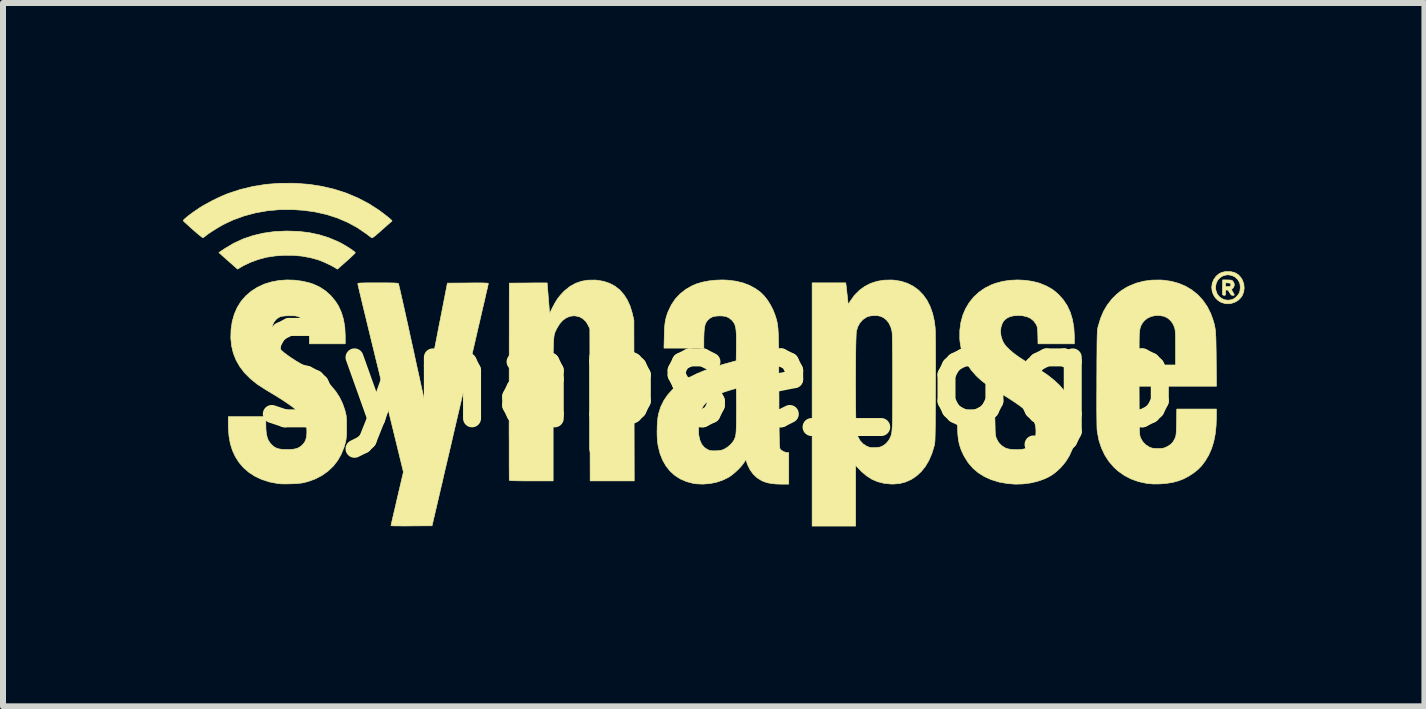
<source format=kicad_pcb>
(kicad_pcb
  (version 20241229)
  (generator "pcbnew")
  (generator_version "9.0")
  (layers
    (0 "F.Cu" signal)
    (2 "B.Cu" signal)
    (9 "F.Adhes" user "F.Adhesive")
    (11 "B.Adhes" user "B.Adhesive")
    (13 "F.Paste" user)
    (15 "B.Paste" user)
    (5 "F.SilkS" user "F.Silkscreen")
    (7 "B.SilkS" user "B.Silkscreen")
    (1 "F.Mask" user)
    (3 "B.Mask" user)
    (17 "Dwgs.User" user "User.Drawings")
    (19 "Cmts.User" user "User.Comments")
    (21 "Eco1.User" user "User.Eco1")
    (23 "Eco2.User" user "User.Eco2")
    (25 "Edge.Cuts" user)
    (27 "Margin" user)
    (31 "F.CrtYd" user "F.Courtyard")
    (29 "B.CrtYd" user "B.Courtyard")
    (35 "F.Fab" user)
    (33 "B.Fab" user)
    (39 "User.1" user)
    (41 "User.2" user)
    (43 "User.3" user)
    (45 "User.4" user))
  (footprint "Synapse_logo"
    (layer "F.Cu")
    (at 8.884 3.235)
    (property "Reference" "Synapse_logo" (at 0 0 0) (layer "F.SilkS") (effects (font (size 1.524 1.524) (thickness 0.3))))
    (attr through_hole)
    (fp_poly (pts (xy 8.527 -1.618) (xy 8.565 -1.617) (xy 8.589 -1.615) (xy 8.605 -1.61) (xy 8.617 -1.601) (xy 8.624 -1.593) (xy 8.642 -1.559) (xy 8.644 -1.524) (xy 8.63 -1.491) (xy 8.621 -1.481) (xy 8.597 -1.457) (xy 8.621 -1.414) (xy 8.634 -1.39) (xy 8.643 -1.372) (xy 8.645 -1.366) (xy 8.637 -1.362) (xy 8.618 -1.361) (xy 8.601 -1.363) (xy 8.588 -1.373) (xy 8.573 -1.395) (xy 8.566 -1.406) (xy 8.548 -1.435) (xy 8.532 -1.449) (xy 8.52 -1.451) (xy 8.508 -1.45) (xy 8.502 -1.441) (xy 8.5 -1.421) (xy 8.5 -1.406) (xy 8.499 -1.379) (xy 8.495 -1.366) (xy 8.486 -1.361) (xy 8.477 -1.361) (xy 8.458 -1.365) (xy 8.449 -1.373) (xy 8.448 -1.386) (xy 8.447 -1.413) (xy 8.447 -1.451) (xy 8.447 -1.496) (xy 8.447 -1.502) (xy 8.448 -1.505) (xy 8.5 -1.505) (xy 8.543 -1.508) (xy 8.569 -1.51) (xy 8.582 -1.515) (xy 8.586 -1.526) (xy 8.586 -1.538) (xy 8.585 -1.554) (xy 8.578 -1.563) (xy 8.561 -1.566) (xy 8.543 -1.568) (xy 8.5 -1.57) (xy 8.5 -1.505) (xy 8.448 -1.505) (xy 8.45 -1.619) (xy 8.527 -1.618)) (stroke (width 0.01) (type solid)) (fill yes) (layer "F.SilkS"))
    (fp_poly (pts (xy -6.953 -2.427) (xy -6.778 -2.406) (xy -6.613 -2.371) (xy -6.455 -2.322) (xy -6.303 -2.258) (xy -6.28 -2.247) (xy -6.239 -2.226) (xy -6.194 -2.2) (xy -6.149 -2.173) (xy -6.106 -2.146) (xy -6.067 -2.12) (xy -6.037 -2.098) (xy -6.017 -2.081) (xy -6.01 -2.071) (xy -6.016 -2.063) (xy -6.035 -2.044) (xy -6.063 -2.017) (xy -6.098 -1.984) (xy -6.14 -1.946) (xy -6.159 -1.929) (xy -6.309 -1.797) (xy -6.336 -1.815) (xy -6.377 -1.839) (xy -6.429 -1.867) (xy -6.489 -1.895) (xy -6.549 -1.922) (xy -6.606 -1.945) (xy -6.635 -1.955) (xy -6.763 -1.99) (xy -6.901 -2.015) (xy -7.046 -2.028) (xy -7.193 -2.029) (xy -7.339 -2.019) (xy -7.48 -1.998) (xy -7.491 -1.996) (xy -7.626 -1.96) (xy -7.757 -1.912) (xy -7.879 -1.854) (xy -7.921 -1.829) (xy -7.973 -1.798) (xy -8.107 -1.916) (xy -8.15 -1.954) (xy -8.19 -1.989) (xy -8.223 -2.019) (xy -8.248 -2.041) (xy -8.262 -2.054) (xy -8.263 -2.055) (xy -8.284 -2.075) (xy -8.187 -2.14) (xy -8.039 -2.228) (xy -7.882 -2.301) (xy -7.717 -2.357) (xy -7.542 -2.398) (xy -7.359 -2.424) (xy -7.166 -2.433) (xy -7.139 -2.433) (xy -6.953 -2.427)) (stroke (width 0.01) (type solid)) (fill yes) (layer "F.SilkS"))
    (fp_poly (pts (xy 8.593 -1.755) (xy 8.656 -1.738) (xy 8.71 -1.706) (xy 8.754 -1.658) (xy 8.781 -1.613) (xy 8.803 -1.55) (xy 8.809 -1.484) (xy 8.801 -1.419) (xy 8.778 -1.359) (xy 8.757 -1.327) (xy 8.711 -1.28) (xy 8.654 -1.246) (xy 8.59 -1.225) (xy 8.524 -1.22) (xy 8.485 -1.225) (xy 8.421 -1.246) (xy 8.368 -1.28) (xy 8.325 -1.325) (xy 8.293 -1.378) (xy 8.274 -1.437) (xy 8.268 -1.498) (xy 8.27 -1.509) (xy 8.332 -1.509) (xy 8.336 -1.448) (xy 8.337 -1.446) (xy 8.357 -1.389) (xy 8.391 -1.342) (xy 8.435 -1.308) (xy 8.488 -1.286) (xy 8.546 -1.28) (xy 8.603 -1.289) (xy 8.64 -1.306) (xy 8.677 -1.335) (xy 8.709 -1.371) (xy 8.728 -1.402) (xy 8.74 -1.444) (xy 8.744 -1.494) (xy 8.74 -1.543) (xy 8.731 -1.576) (xy 8.701 -1.626) (xy 8.659 -1.665) (xy 8.607 -1.691) (xy 8.551 -1.703) (xy 8.516 -1.702) (xy 8.458 -1.687) (xy 8.409 -1.658) (xy 8.37 -1.617) (xy 8.344 -1.566) (xy 8.332 -1.509) (xy 8.27 -1.509) (xy 8.276 -1.56) (xy 8.299 -1.619) (xy 8.337 -1.674) (xy 8.344 -1.681) (xy 8.386 -1.718) (xy 8.431 -1.742) (xy 8.484 -1.755) (xy 8.519 -1.758) (xy 8.593 -1.755)) (stroke (width 0.01) (type solid)) (fill yes) (layer "F.SilkS"))
    (fp_poly (pts (xy -6.994 -3.228) (xy -6.774 -3.211) (xy -6.561 -3.177) (xy -6.354 -3.128) (xy -6.156 -3.064) (xy -5.967 -2.984) (xy -5.787 -2.89) (xy -5.617 -2.781) (xy -5.55 -2.731) (xy -5.493 -2.687) (xy -5.449 -2.652) (xy -5.418 -2.625) (xy -5.401 -2.608) (xy -5.398 -2.601) (xy -5.405 -2.594) (xy -5.425 -2.577) (xy -5.454 -2.552) (xy -5.491 -2.519) (xy -5.534 -2.481) (xy -5.564 -2.455) (xy -5.615 -2.409) (xy -5.655 -2.375) (xy -5.684 -2.35) (xy -5.706 -2.334) (xy -5.721 -2.324) (xy -5.731 -2.321) (xy -5.738 -2.322) (xy -5.741 -2.324) (xy -5.756 -2.334) (xy -5.78 -2.353) (xy -5.811 -2.376) (xy -5.827 -2.388) (xy -5.976 -2.49) (xy -6.136 -2.577) (xy -6.306 -2.65) (xy -6.486 -2.708) (xy -6.675 -2.751) (xy -6.873 -2.779) (xy -7.058 -2.791) (xy -7.268 -2.79) (xy -7.473 -2.772) (xy -7.671 -2.737) (xy -7.862 -2.686) (xy -8.046 -2.619) (xy -8.186 -2.554) (xy -8.24 -2.525) (xy -8.3 -2.49) (xy -8.362 -2.452) (xy -8.421 -2.414) (xy -8.472 -2.379) (xy -8.504 -2.354) (xy -8.527 -2.337) (xy -8.544 -2.324) (xy -8.55 -2.32) (xy -8.559 -2.325) (xy -8.579 -2.34) (xy -8.609 -2.364) (xy -8.647 -2.395) (xy -8.69 -2.432) (xy -8.718 -2.457) (xy -8.763 -2.497) (xy -8.803 -2.533) (xy -8.837 -2.564) (xy -8.862 -2.587) (xy -8.876 -2.601) (xy -8.879 -2.605) (xy -8.874 -2.616) (xy -8.856 -2.635) (xy -8.826 -2.661) (xy -8.786 -2.693) (xy -8.738 -2.729) (xy -8.683 -2.768) (xy -8.623 -2.808) (xy -8.602 -2.823) (xy -8.543 -2.859) (xy -8.472 -2.898) (xy -8.394 -2.94) (xy -8.313 -2.98) (xy -8.234 -3.016) (xy -8.161 -3.047) (xy -8.125 -3.061) (xy -7.92 -3.128) (xy -7.71 -3.178) (xy -7.495 -3.212) (xy -7.274 -3.229) (xy -7.045 -3.23) (xy -6.994 -3.228)) (stroke (width 0.01) (type solid)) (fill yes) (layer "F.SilkS"))
    (fp_poly (pts (xy -1.984 -1.614) (xy -1.872 -1.595) (xy -1.772 -1.562) (xy -1.681 -1.514) (xy -1.602 -1.452) (xy -1.533 -1.374) (xy -1.475 -1.283) (xy -1.427 -1.177) (xy -1.391 -1.056) (xy -1.387 -1.038) (xy -1.366 -0.948) (xy -1.363 0.392) (xy -1.36 1.733) (xy -2.095 1.733) (xy -2.1 -0.803) (xy -2.126 -0.858) (xy -2.163 -0.921) (xy -2.211 -0.968) (xy -2.268 -1.001) (xy -2.333 -1.017) (xy -2.368 -1.02) (xy -2.433 -1.011) (xy -2.495 -0.985) (xy -2.552 -0.944) (xy -2.603 -0.887) (xy -2.646 -0.817) (xy -2.653 -0.804) (xy -2.661 -0.787) (xy -2.669 -0.772) (xy -2.676 -0.757) (xy -2.682 -0.742) (xy -2.687 -0.726) (xy -2.692 -0.709) (xy -2.696 -0.688) (xy -2.699 -0.663) (xy -2.702 -0.633) (xy -2.705 -0.597) (xy -2.707 -0.554) (xy -2.708 -0.503) (xy -2.71 -0.443) (xy -2.711 -0.373) (xy -2.711 -0.293) (xy -2.712 -0.2) (xy -2.712 -0.095) (xy -2.712 0.024) (xy -2.712 0.158) (xy -2.712 0.308) (xy -2.712 0.474) (xy -2.712 0.552) (xy -2.712 1.733) (xy -3.075 1.733) (xy -3.171 1.733) (xy -3.249 1.732) (xy -3.312 1.731) (xy -3.361 1.73) (xy -3.397 1.729) (xy -3.422 1.727) (xy -3.437 1.725) (xy -3.443 1.722) (xy -3.443 1.721) (xy -3.443 1.711) (xy -3.444 1.684) (xy -3.444 1.64) (xy -3.444 1.581) (xy -3.445 1.508) (xy -3.445 1.42) (xy -3.445 1.321) (xy -3.445 1.209) (xy -3.445 1.087) (xy -3.446 0.954) (xy -3.446 0.813) (xy -3.445 0.663) (xy -3.445 0.507) (xy -3.445 0.344) (xy -3.445 0.175) (xy -3.445 0.073) (xy -3.443 -1.565) (xy -3.127 -1.567) (xy -3.054 -1.568) (xy -2.986 -1.568) (xy -2.927 -1.568) (xy -2.878 -1.568) (xy -2.841 -1.568) (xy -2.818 -1.568) (xy -2.812 -1.567) (xy -2.811 -1.558) (xy -2.809 -1.533) (xy -2.806 -1.494) (xy -2.802 -1.445) (xy -2.797 -1.386) (xy -2.792 -1.321) (xy -2.791 -1.312) (xy -2.771 -1.059) (xy -2.72 -1.163) (xy -2.678 -1.241) (xy -2.637 -1.306) (xy -2.591 -1.364) (xy -2.539 -1.42) (xy -2.517 -1.441) (xy -2.432 -1.509) (xy -2.339 -1.561) (xy -2.239 -1.596) (xy -2.133 -1.614) (xy -2.019 -1.616) (xy -1.984 -1.614)) (stroke (width 0.01) (type solid)) (fill yes) (layer "F.SilkS"))
    (fp_poly (pts (xy -5.543 -1.569) (xy -5.468 -1.569) (xy -5.408 -1.568) (xy -5.362 -1.567) (xy -5.329 -1.565) (xy -5.307 -1.563) (xy -5.295 -1.56) (xy -5.291 -1.558) (xy -5.288 -1.548) (xy -5.282 -1.521) (xy -5.272 -1.479) (xy -5.259 -1.423) (xy -5.243 -1.353) (xy -5.225 -1.273) (xy -5.204 -1.181) (xy -5.182 -1.081) (xy -5.158 -0.972) (xy -5.132 -0.857) (xy -5.106 -0.736) (xy -5.09 -0.662) (xy -5.062 -0.536) (xy -5.035 -0.414) (xy -5.01 -0.297) (xy -4.986 -0.186) (xy -4.963 -0.083) (xy -4.942 0.011) (xy -4.924 0.095) (xy -4.908 0.167) (xy -4.895 0.226) (xy -4.885 0.271) (xy -4.879 0.3) (xy -4.877 0.308) (xy -4.858 0.393) (xy -4.791 0.049) (xy -4.777 -0.021) (xy -4.76 -0.106) (xy -4.741 -0.204) (xy -4.72 -0.312) (xy -4.698 -0.427) (xy -4.674 -0.546) (xy -4.65 -0.668) (xy -4.627 -0.789) (xy -4.604 -0.907) (xy -4.599 -0.93) (xy -4.475 -1.565) (xy -4.133 -1.567) (xy -4.042 -1.568) (xy -3.967 -1.568) (xy -3.908 -1.568) (xy -3.862 -1.567) (xy -3.829 -1.565) (xy -3.807 -1.564) (xy -3.795 -1.561) (xy -3.792 -1.558) (xy -3.794 -1.548) (xy -3.8 -1.522) (xy -3.809 -1.479) (xy -3.823 -1.422) (xy -3.839 -1.351) (xy -3.858 -1.266) (xy -3.881 -1.17) (xy -3.906 -1.062) (xy -3.933 -0.944) (xy -3.963 -0.816) (xy -3.994 -0.681) (xy -4.027 -0.537) (xy -4.062 -0.387) (xy -4.099 -0.232) (xy -4.136 -0.072) (xy -4.137 -0.068) (xy -4.176 0.102) (xy -4.216 0.274) (xy -4.256 0.445) (xy -4.296 0.615) (xy -4.335 0.782) (xy -4.373 0.945) (xy -4.409 1.102) (xy -4.444 1.251) (xy -4.477 1.392) (xy -4.508 1.523) (xy -4.536 1.643) (xy -4.56 1.75) (xy -4.582 1.842) (xy -4.6 1.919) (xy -4.606 1.946) (xy -4.731 2.481) (xy -5.073 2.483) (xy -5.15 2.484) (xy -5.221 2.484) (xy -5.284 2.483) (xy -5.336 2.483) (xy -5.377 2.482) (xy -5.404 2.481) (xy -5.415 2.479) (xy -5.416 2.479) (xy -5.413 2.469) (xy -5.408 2.443) (xy -5.399 2.403) (xy -5.387 2.35) (xy -5.372 2.287) (xy -5.355 2.214) (xy -5.336 2.134) (xy -5.317 2.048) (xy -5.312 2.028) (xy -5.208 1.584) (xy -5.393 0.826) (xy -5.426 0.691) (xy -5.462 0.542) (xy -5.501 0.382) (xy -5.542 0.214) (xy -5.584 0.043) (xy -5.625 -0.129) (xy -5.667 -0.298) (xy -5.706 -0.461) (xy -5.744 -0.614) (xy -5.773 -0.736) (xy -5.802 -0.853) (xy -5.829 -0.966) (xy -5.855 -1.073) (xy -5.879 -1.172) (xy -5.901 -1.263) (xy -5.92 -1.344) (xy -5.937 -1.413) (xy -5.95 -1.47) (xy -5.96 -1.514) (xy -5.967 -1.542) (xy -5.969 -1.554) (xy -5.969 -1.554) (xy -5.968 -1.558) (xy -5.963 -1.561) (xy -5.953 -1.564) (xy -5.935 -1.566) (xy -5.909 -1.567) (xy -5.873 -1.568) (xy -5.824 -1.569) (xy -5.762 -1.569) (xy -5.684 -1.569) (xy -5.634 -1.569) (xy -5.543 -1.569)) (stroke (width 0.01) (type solid)) (fill yes) (layer "F.SilkS"))
    (fp_poly (pts (xy 2.977 -1.614) (xy 3.092 -1.595) (xy 3.198 -1.56) (xy 3.294 -1.511) (xy 3.38 -1.448) (xy 3.456 -1.37) (xy 3.52 -1.28) (xy 3.573 -1.176) (xy 3.614 -1.06) (xy 3.643 -0.933) (xy 3.656 -0.833) (xy 3.658 -0.804) (xy 3.66 -0.76) (xy 3.661 -0.702) (xy 3.662 -0.63) (xy 3.663 -0.542) (xy 3.663 -0.439) (xy 3.664 -0.319) (xy 3.664 -0.183) (xy 3.663 -0.03) (xy 3.663 0.141) (xy 3.663 0.177) (xy 3.662 0.325) (xy 3.662 0.455) (xy 3.661 0.57) (xy 3.66 0.67) (xy 3.66 0.757) (xy 3.659 0.831) (xy 3.658 0.894) (xy 3.657 0.947) (xy 3.656 0.991) (xy 3.655 1.026) (xy 3.654 1.056) (xy 3.652 1.08) (xy 3.65 1.099) (xy 3.648 1.115) (xy 3.645 1.129) (xy 3.643 1.142) (xy 3.64 1.152) (xy 3.602 1.277) (xy 3.553 1.391) (xy 3.494 1.491) (xy 3.425 1.577) (xy 3.347 1.649) (xy 3.261 1.707) (xy 3.168 1.749) (xy 3.067 1.776) (xy 2.961 1.785) (xy 2.913 1.784) (xy 2.8 1.772) (xy 2.698 1.746) (xy 2.604 1.706) (xy 2.517 1.651) (xy 2.432 1.579) (xy 2.393 1.539) (xy 2.331 1.474) (xy 2.331 1.98) (xy 2.331 2.486) (xy 1.606 2.486) (xy 1.606 0.098) (xy 2.33 0.098) (xy 2.33 0.208) (xy 2.331 0.316) (xy 2.331 0.42) (xy 2.332 0.519) (xy 2.333 0.611) (xy 2.335 0.694) (xy 2.337 0.767) (xy 2.338 0.828) (xy 2.341 0.875) (xy 2.343 0.907) (xy 2.344 0.918) (xy 2.369 0.995) (xy 2.405 1.061) (xy 2.454 1.114) (xy 2.513 1.153) (xy 2.558 1.171) (xy 2.591 1.177) (xy 2.635 1.178) (xy 2.682 1.176) (xy 2.725 1.171) (xy 2.746 1.166) (xy 2.795 1.143) (xy 2.842 1.106) (xy 2.881 1.06) (xy 2.898 1.031) (xy 2.906 1.014) (xy 2.914 0.997) (xy 2.92 0.98) (xy 2.926 0.962) (xy 2.931 0.94) (xy 2.935 0.915) (xy 2.938 0.884) (xy 2.941 0.847) (xy 2.943 0.802) (xy 2.945 0.748) (xy 2.946 0.685) (xy 2.947 0.609) (xy 2.947 0.522) (xy 2.948 0.42) (xy 2.948 0.304) (xy 2.948 0.172) (xy 2.948 0.082) (xy 2.948 -0.073) (xy 2.948 -0.213) (xy 2.947 -0.338) (xy 2.946 -0.448) (xy 2.945 -0.542) (xy 2.944 -0.619) (xy 2.943 -0.68) (xy 2.941 -0.723) (xy 2.939 -0.749) (xy 2.939 -0.753) (xy 2.919 -0.829) (xy 2.888 -0.895) (xy 2.847 -0.949) (xy 2.796 -0.989) (xy 2.749 -1.011) (xy 2.7 -1.022) (xy 2.644 -1.024) (xy 2.588 -1.02) (xy 2.538 -1.009) (xy 2.515 -0.999) (xy 2.452 -0.957) (xy 2.403 -0.903) (xy 2.366 -0.836) (xy 2.345 -0.765) (xy 2.342 -0.743) (xy 2.34 -0.706) (xy 2.338 -0.653) (xy 2.336 -0.587) (xy 2.334 -0.51) (xy 2.333 -0.423) (xy 2.332 -0.329) (xy 2.331 -0.227) (xy 2.331 -0.121) (xy 2.33 -0.012) (xy 2.33 0.098) (xy 1.606 0.098) (xy 1.606 -1.569) (xy 2.166 -1.569) (xy 2.171 -1.535) (xy 2.174 -1.515) (xy 2.178 -1.48) (xy 2.183 -1.435) (xy 2.188 -1.384) (xy 2.192 -1.354) (xy 2.207 -1.208) (xy 2.247 -1.272) (xy 2.315 -1.366) (xy 2.394 -1.445) (xy 2.483 -1.51) (xy 2.581 -1.56) (xy 2.688 -1.595) (xy 2.803 -1.614) (xy 2.925 -1.617) (xy 2.977 -1.614)) (stroke (width 0.01) (type solid)) (fill yes) (layer "F.SilkS"))
    (fp_poly (pts (xy 5.157 -1.612) (xy 5.279 -1.594) (xy 5.393 -1.565) (xy 5.495 -1.524) (xy 5.561 -1.49) (xy 5.617 -1.456) (xy 5.668 -1.416) (xy 5.714 -1.375) (xy 5.793 -1.287) (xy 5.859 -1.188) (xy 5.91 -1.078) (xy 5.946 -0.957) (xy 5.969 -0.825) (xy 5.978 -0.682) (xy 5.978 -0.664) (xy 5.978 -0.553) (xy 5.372 -0.553) (xy 5.369 -0.692) (xy 5.367 -0.746) (xy 5.365 -0.785) (xy 5.363 -0.814) (xy 5.358 -0.835) (xy 5.352 -0.853) (xy 5.343 -0.872) (xy 5.341 -0.877) (xy 5.302 -0.932) (xy 5.252 -0.975) (xy 5.189 -1.004) (xy 5.113 -1.021) (xy 5.044 -1.025) (xy 4.964 -1.02) (xy 4.897 -1.003) (xy 4.843 -0.975) (xy 4.801 -0.936) (xy 4.777 -0.896) (xy 4.754 -0.829) (xy 4.747 -0.757) (xy 4.755 -0.683) (xy 4.778 -0.61) (xy 4.801 -0.564) (xy 4.84 -0.511) (xy 4.896 -0.455) (xy 4.968 -0.394) (xy 5.056 -0.33) (xy 5.159 -0.263) (xy 5.275 -0.195) (xy 5.413 -0.112) (xy 5.535 -0.029) (xy 5.64 0.054) (xy 5.73 0.138) (xy 5.806 0.226) (xy 5.868 0.317) (xy 5.918 0.414) (xy 5.957 0.516) (xy 5.98 0.601) (xy 5.991 0.663) (xy 5.998 0.737) (xy 6.001 0.817) (xy 6.001 0.898) (xy 5.996 0.975) (xy 5.988 1.043) (xy 5.98 1.081) (xy 5.943 1.204) (xy 5.894 1.314) (xy 5.833 1.412) (xy 5.759 1.501) (xy 5.722 1.538) (xy 5.663 1.59) (xy 5.608 1.631) (xy 5.549 1.666) (xy 5.479 1.699) (xy 5.473 1.701) (xy 5.365 1.739) (xy 5.247 1.767) (xy 5.123 1.783) (xy 4.996 1.787) (xy 4.872 1.778) (xy 4.863 1.777) (xy 4.723 1.752) (xy 4.594 1.713) (xy 4.479 1.661) (xy 4.376 1.597) (xy 4.285 1.519) (xy 4.207 1.428) (xy 4.142 1.324) (xy 4.124 1.288) (xy 4.094 1.223) (xy 4.072 1.161) (xy 4.055 1.099) (xy 4.043 1.033) (xy 4.035 0.957) (xy 4.031 0.869) (xy 4.03 0.841) (xy 4.026 0.662) (xy 4.652 0.662) (xy 4.656 0.819) (xy 4.657 0.878) (xy 4.659 0.922) (xy 4.662 0.956) (xy 4.666 0.982) (xy 4.671 1.004) (xy 4.679 1.026) (xy 4.68 1.029) (xy 4.713 1.089) (xy 4.76 1.14) (xy 4.818 1.179) (xy 4.84 1.189) (xy 4.884 1.201) (xy 4.94 1.209) (xy 5.002 1.212) (xy 5.064 1.211) (xy 5.119 1.204) (xy 5.159 1.195) (xy 5.204 1.173) (xy 5.248 1.141) (xy 5.285 1.103) (xy 5.307 1.07) (xy 5.325 1.019) (xy 5.336 0.957) (xy 5.338 0.89) (xy 5.334 0.845) (xy 5.325 0.795) (xy 5.31 0.747) (xy 5.288 0.702) (xy 5.259 0.657) (xy 5.221 0.611) (xy 5.174 0.564) (xy 5.116 0.515) (xy 5.045 0.463) (xy 4.962 0.406) (xy 4.865 0.343) (xy 4.754 0.274) (xy 4.714 0.25) (xy 4.632 0.2) (xy 4.563 0.157) (xy 4.505 0.118) (xy 4.456 0.081) (xy 4.412 0.045) (xy 4.37 0.007) (xy 4.34 -0.022) (xy 4.254 -0.121) (xy 4.184 -0.227) (xy 4.13 -0.34) (xy 4.093 -0.461) (xy 4.071 -0.59) (xy 4.067 -0.644) (xy 4.068 -0.778) (xy 4.085 -0.906) (xy 4.117 -1.026) (xy 4.164 -1.138) (xy 4.226 -1.241) (xy 4.3 -1.333) (xy 4.388 -1.414) (xy 4.488 -1.483) (xy 4.599 -1.538) (xy 4.667 -1.563) (xy 4.783 -1.594) (xy 4.906 -1.612) (xy 5.032 -1.618) (xy 5.157 -1.612)) (stroke (width 0.01) (type solid)) (fill yes) (layer "F.SilkS"))
    (fp_poly (pts (xy -7.02 -1.614) (xy -6.889 -1.596) (xy -6.764 -1.566) (xy -6.708 -1.547) (xy -6.603 -1.498) (xy -6.506 -1.434) (xy -6.419 -1.356) (xy -6.344 -1.266) (xy -6.292 -1.186) (xy -6.243 -1.078) (xy -6.207 -0.959) (xy -6.185 -0.828) (xy -6.178 -0.685) (xy -6.178 -0.679) (xy -6.178 -0.553) (xy -6.776 -0.553) (xy -6.776 -0.647) (xy -6.78 -0.735) (xy -6.79 -0.808) (xy -6.808 -0.868) (xy -6.835 -0.916) (xy -6.872 -0.955) (xy -6.92 -0.987) (xy -6.94 -0.997) (xy -6.962 -1.007) (xy -6.983 -1.013) (xy -7.006 -1.018) (xy -7.036 -1.02) (xy -7.077 -1.02) (xy -7.107 -1.021) (xy -7.171 -1.019) (xy -7.22 -1.014) (xy -7.259 -1.005) (xy -7.292 -0.99) (xy -7.321 -0.968) (xy -7.338 -0.952) (xy -7.372 -0.905) (xy -7.395 -0.848) (xy -7.405 -0.784) (xy -7.403 -0.716) (xy -7.389 -0.648) (xy -7.363 -0.585) (xy -7.326 -0.529) (xy -7.271 -0.469) (xy -7.198 -0.405) (xy -7.108 -0.338) (xy -7.001 -0.268) (xy -6.876 -0.194) (xy -6.863 -0.186) (xy -6.724 -0.103) (xy -6.603 -0.02) (xy -6.499 0.065) (xy -6.409 0.153) (xy -6.334 0.244) (xy -6.272 0.34) (xy -6.223 0.441) (xy -6.185 0.55) (xy -6.18 0.57) (xy -6.172 0.602) (xy -6.165 0.631) (xy -6.161 0.66) (xy -6.158 0.694) (xy -6.157 0.734) (xy -6.156 0.787) (xy -6.156 0.835) (xy -6.156 0.903) (xy -6.157 0.958) (xy -6.16 1.003) (xy -6.165 1.043) (xy -6.172 1.081) (xy -6.183 1.121) (xy -6.197 1.168) (xy -6.198 1.17) (xy -6.244 1.286) (xy -6.304 1.392) (xy -6.378 1.487) (xy -6.466 1.57) (xy -6.565 1.641) (xy -6.676 1.699) (xy -6.797 1.743) (xy -6.885 1.765) (xy -6.928 1.771) (xy -6.984 1.776) (xy -7.049 1.78) (xy -7.116 1.782) (xy -7.182 1.783) (xy -7.241 1.782) (xy -7.288 1.778) (xy -7.298 1.777) (xy -7.437 1.751) (xy -7.564 1.711) (xy -7.679 1.658) (xy -7.782 1.592) (xy -7.872 1.514) (xy -7.874 1.512) (xy -7.949 1.425) (xy -8.01 1.33) (xy -8.058 1.226) (xy -8.094 1.112) (xy -8.116 0.987) (xy -8.127 0.85) (xy -8.128 0.789) (xy -8.128 0.662) (xy -7.502 0.662) (xy -7.502 0.789) (xy -7.5 0.875) (xy -7.493 0.945) (xy -7.48 1.004) (xy -7.462 1.053) (xy -7.435 1.095) (xy -7.401 1.134) (xy -7.401 1.134) (xy -7.365 1.164) (xy -7.325 1.186) (xy -7.279 1.2) (xy -7.222 1.208) (xy -7.152 1.21) (xy -7.148 1.21) (xy -7.076 1.208) (xy -7.018 1.2) (xy -6.97 1.186) (xy -6.93 1.164) (xy -6.893 1.133) (xy -6.89 1.13) (xy -6.858 1.092) (xy -6.837 1.049) (xy -6.824 0.998) (xy -6.818 0.935) (xy -6.818 0.903) (xy -6.82 0.85) (xy -6.827 0.801) (xy -6.84 0.755) (xy -6.859 0.71) (xy -6.886 0.666) (xy -6.921 0.622) (xy -6.965 0.576) (xy -7.019 0.529) (xy -7.085 0.478) (xy -7.163 0.424) (xy -7.254 0.364) (xy -7.359 0.299) (xy -7.48 0.226) (xy -7.515 0.205) (xy -7.646 0.12) (xy -7.759 0.029) (xy -7.856 -0.068) (xy -7.935 -0.171) (xy -7.998 -0.281) (xy -8.044 -0.397) (xy -8.073 -0.52) (xy -8.086 -0.65) (xy -8.082 -0.787) (xy -8.082 -0.793) (xy -8.062 -0.925) (xy -8.027 -1.048) (xy -7.978 -1.16) (xy -7.914 -1.262) (xy -7.836 -1.352) (xy -7.745 -1.43) (xy -7.641 -1.496) (xy -7.526 -1.549) (xy -7.412 -1.584) (xy -7.286 -1.608) (xy -7.154 -1.618) (xy -7.02 -1.614)) (stroke (width 0.01) (type solid)) (fill yes) (layer "F.SilkS"))
    (fp_poly (pts (xy 7.459 -1.614) (xy 7.594 -1.595) (xy 7.72 -1.56) (xy 7.836 -1.511) (xy 7.942 -1.447) (xy 8.038 -1.369) (xy 8.121 -1.278) (xy 8.193 -1.174) (xy 8.251 -1.058) (xy 8.286 -0.963) (xy 8.297 -0.926) (xy 8.307 -0.893) (xy 8.315 -0.861) (xy 8.321 -0.828) (xy 8.327 -0.793) (xy 8.331 -0.753) (xy 8.334 -0.707) (xy 8.337 -0.653) (xy 8.339 -0.589) (xy 8.34 -0.513) (xy 8.342 -0.423) (xy 8.343 -0.317) (xy 8.343 -0.293) (xy 8.347 0.154) (xy 7.057 0.154) (xy 7.059 0.56) (xy 7.06 0.657) (xy 7.061 0.737) (xy 7.061 0.802) (xy 7.062 0.855) (xy 7.064 0.896) (xy 7.065 0.929) (xy 7.067 0.953) (xy 7.069 0.972) (xy 7.073 0.987) (xy 7.076 1) (xy 7.081 1.013) (xy 7.083 1.018) (xy 7.117 1.077) (xy 7.164 1.128) (xy 7.223 1.166) (xy 7.229 1.169) (xy 7.256 1.18) (xy 7.281 1.187) (xy 7.31 1.191) (xy 7.349 1.192) (xy 7.371 1.193) (xy 7.414 1.192) (xy 7.445 1.19) (xy 7.469 1.185) (xy 7.494 1.176) (xy 7.522 1.163) (xy 7.578 1.129) (xy 7.619 1.088) (xy 7.651 1.034) (xy 7.658 1.016) (xy 7.665 0.999) (xy 7.67 0.981) (xy 7.673 0.96) (xy 7.676 0.933) (xy 7.678 0.898) (xy 7.68 0.851) (xy 7.681 0.79) (xy 7.682 0.751) (xy 7.685 0.535) (xy 8.346 0.535) (xy 8.346 0.661) (xy 8.341 0.814) (xy 8.326 0.953) (xy 8.301 1.08) (xy 8.265 1.195) (xy 8.218 1.302) (xy 8.159 1.4) (xy 8.098 1.482) (xy 8.039 1.542) (xy 7.966 1.6) (xy 7.885 1.653) (xy 7.8 1.698) (xy 7.715 1.731) (xy 7.62 1.757) (xy 7.514 1.774) (xy 7.404 1.783) (xy 7.296 1.784) (xy 7.196 1.776) (xy 7.18 1.773) (xy 7.046 1.744) (xy 6.923 1.7) (xy 6.81 1.641) (xy 6.707 1.568) (xy 6.64 1.507) (xy 6.555 1.41) (xy 6.485 1.301) (xy 6.429 1.182) (xy 6.387 1.054) (xy 6.361 0.917) (xy 6.359 0.905) (xy 6.357 0.881) (xy 6.355 0.844) (xy 6.354 0.793) (xy 6.353 0.729) (xy 6.352 0.65) (xy 6.351 0.555) (xy 6.351 0.445) (xy 6.351 0.318) (xy 6.352 0.175) (xy 6.352 0.027) (xy 6.353 -0.111) (xy 6.353 -0.233) (xy 6.354 -0.338) (xy 6.355 -0.43) (xy 6.355 -0.474) (xy 7.058 -0.474) (xy 7.058 -0.2) (xy 7.665 -0.2) (xy 7.665 -0.484) (xy 7.665 -0.565) (xy 7.665 -0.63) (xy 7.664 -0.681) (xy 7.663 -0.721) (xy 7.661 -0.752) (xy 7.659 -0.776) (xy 7.655 -0.796) (xy 7.651 -0.815) (xy 7.646 -0.831) (xy 7.621 -0.887) (xy 7.584 -0.938) (xy 7.538 -0.979) (xy 7.487 -1.006) (xy 7.475 -1.011) (xy 7.4 -1.025) (xy 7.327 -1.024) (xy 7.259 -1.009) (xy 7.197 -0.981) (xy 7.146 -0.94) (xy 7.113 -0.9) (xy 7.099 -0.876) (xy 7.087 -0.852) (xy 7.077 -0.826) (xy 7.07 -0.795) (xy 7.065 -0.759) (xy 7.061 -0.713) (xy 7.059 -0.657) (xy 7.058 -0.588) (xy 7.058 -0.503) (xy 7.058 -0.474) (xy 6.355 -0.474) (xy 6.355 -0.508) (xy 6.356 -0.574) (xy 6.357 -0.63) (xy 6.358 -0.676) (xy 6.359 -0.713) (xy 6.361 -0.744) (xy 6.362 -0.769) (xy 6.364 -0.789) (xy 6.367 -0.806) (xy 6.369 -0.821) (xy 6.372 -0.834) (xy 6.375 -0.845) (xy 6.415 -0.977) (xy 6.465 -1.096) (xy 6.528 -1.202) (xy 6.602 -1.297) (xy 6.613 -1.309) (xy 6.685 -1.38) (xy 6.756 -1.437) (xy 6.834 -1.486) (xy 6.89 -1.516) (xy 7.008 -1.564) (xy 7.134 -1.597) (xy 7.268 -1.615) (xy 7.407 -1.617) (xy 7.459 -1.614)) (stroke (width 0.01) (type solid)) (fill yes) (layer "F.SilkS"))
    (fp_poly (pts (xy 0.203 -1.614) (xy 0.335 -1.597) (xy 0.455 -1.568) (xy 0.565 -1.526) (xy 0.666 -1.47) (xy 0.75 -1.408) (xy 0.805 -1.353) (xy 0.859 -1.285) (xy 0.909 -1.206) (xy 0.953 -1.121) (xy 0.987 -1.034) (xy 0.992 -1.018) (xy 1.001 -0.991) (xy 1.008 -0.967) (xy 1.015 -0.944) (xy 1.02 -0.921) (xy 1.025 -0.897) (xy 1.03 -0.87) (xy 1.033 -0.84) (xy 1.037 -0.805) (xy 1.039 -0.764) (xy 1.042 -0.716) (xy 1.044 -0.661) (xy 1.045 -0.596) (xy 1.047 -0.521) (xy 1.048 -0.434) (xy 1.049 -0.335) (xy 1.049 -0.222) (xy 1.05 -0.095) (xy 1.051 0.049) (xy 1.052 0.2) (xy 1.053 0.354) (xy 1.053 0.492) (xy 1.054 0.613) (xy 1.055 0.719) (xy 1.056 0.811) (xy 1.056 0.89) (xy 1.057 0.958) (xy 1.058 1.014) (xy 1.059 1.061) (xy 1.06 1.098) (xy 1.061 1.128) (xy 1.063 1.151) (xy 1.065 1.168) (xy 1.066 1.181) (xy 1.068 1.19) (xy 1.071 1.196) (xy 1.073 1.201) (xy 1.096 1.224) (xy 1.13 1.244) (xy 1.166 1.257) (xy 1.191 1.261) (xy 1.216 1.261) (xy 1.216 1.787) (xy 1.095 1.787) (xy 1.004 1.784) (xy 0.926 1.776) (xy 0.859 1.763) (xy 0.798 1.743) (xy 0.762 1.727) (xy 0.689 1.681) (xy 0.624 1.62) (xy 0.571 1.547) (xy 0.53 1.463) (xy 0.517 1.426) (xy 0.502 1.378) (xy 0.467 1.431) (xy 0.429 1.482) (xy 0.379 1.536) (xy 0.323 1.589) (xy 0.266 1.636) (xy 0.213 1.672) (xy 0.212 1.673) (xy 0.115 1.72) (xy 0.008 1.756) (xy -0.105 1.778) (xy -0.219 1.786) (xy -0.331 1.781) (xy -0.376 1.774) (xy -0.489 1.744) (xy -0.591 1.7) (xy -0.682 1.642) (xy -0.762 1.57) (xy -0.83 1.485) (xy -0.886 1.387) (xy -0.93 1.276) (xy -0.96 1.154) (xy -0.967 1.114) (xy -0.974 1.054) (xy -0.978 0.982) (xy -0.979 0.905) (xy -0.978 0.878) (xy -0.288 0.878) (xy -0.287 0.934) (xy -0.283 0.977) (xy -0.265 1.055) (xy -0.236 1.12) (xy -0.195 1.171) (xy -0.142 1.208) (xy -0.1 1.226) (xy -0.081 1.229) (xy -0.049 1.231) (xy -0.011 1.231) (xy 0.005 1.231) (xy 0.051 1.228) (xy 0.087 1.223) (xy 0.118 1.213) (xy 0.138 1.205) (xy 0.193 1.172) (xy 0.245 1.128) (xy 0.287 1.079) (xy 0.297 1.063) (xy 0.308 1.043) (xy 0.317 1.023) (xy 0.325 1.001) (xy 0.331 0.975) (xy 0.336 0.944) (xy 0.339 0.906) (xy 0.341 0.858) (xy 0.343 0.799) (xy 0.344 0.727) (xy 0.344 0.641) (xy 0.345 0.556) (xy 0.345 0.476) (xy 0.344 0.403) (xy 0.344 0.337) (xy 0.343 0.281) (xy 0.343 0.237) (xy 0.342 0.207) (xy 0.341 0.192) (xy 0.341 0.191) (xy 0.331 0.193) (xy 0.308 0.199) (xy 0.273 0.209) (xy 0.232 0.221) (xy 0.226 0.222) (xy 0.107 0.262) (xy 0.004 0.307) (xy -0.082 0.359) (xy -0.153 0.417) (xy -0.208 0.482) (xy -0.249 0.554) (xy -0.269 0.612) (xy -0.276 0.648) (xy -0.282 0.697) (xy -0.286 0.755) (xy -0.288 0.817) (xy -0.288 0.878) (xy -0.978 0.878) (xy -0.977 0.827) (xy -0.973 0.751) (xy -0.966 0.682) (xy -0.957 0.626) (xy -0.953 0.61) (xy -0.918 0.498) (xy -0.868 0.396) (xy -0.804 0.301) (xy -0.724 0.212) (xy -0.713 0.201) (xy -0.632 0.131) (xy -0.54 0.066) (xy -0.435 0.004) (xy -0.317 -0.054) (xy -0.185 -0.109) (xy -0.036 -0.161) (xy 0.128 -0.212) (xy 0.213 -0.235) (xy 0.34 -0.27) (xy 0.343 -0.505) (xy 0.343 -0.595) (xy 0.343 -0.669) (xy 0.341 -0.73) (xy 0.337 -0.779) (xy 0.332 -0.819) (xy 0.324 -0.851) (xy 0.315 -0.879) (xy 0.306 -0.897) (xy 0.275 -0.94) (xy 0.232 -0.977) (xy 0.184 -1.003) (xy 0.17 -1.008) (xy 0.124 -1.016) (xy 0.07 -1.019) (xy 0.014 -1.016) (xy -0.035 -1.009) (xy -0.051 -1.004) (xy -0.101 -0.978) (xy -0.143 -0.938) (xy -0.166 -0.902) (xy -0.18 -0.865) (xy -0.19 -0.814) (xy -0.196 -0.748) (xy -0.199 -0.666) (xy -0.2 -0.619) (xy -0.2 -0.481) (xy -0.864 -0.481) (xy -0.859 -0.683) (xy -0.857 -0.767) (xy -0.853 -0.837) (xy -0.847 -0.895) (xy -0.839 -0.947) (xy -0.827 -0.995) (xy -0.812 -1.043) (xy -0.793 -1.095) (xy -0.792 -1.096) (xy -0.74 -1.204) (xy -0.674 -1.302) (xy -0.594 -1.387) (xy -0.501 -1.46) (xy -0.397 -1.52) (xy -0.324 -1.551) (xy -0.228 -1.58) (xy -0.12 -1.601) (xy -0.005 -1.614) (xy 0.113 -1.618) (xy 0.203 -1.614)) (stroke (width 0.01) (type solid)) (fill yes) (layer "F.SilkS")))
  (gr_rect
    (start -3 -3)
    (end 20.698 8.726)
    (stroke (width 0.1) (type default))
    (fill no)
    (layer "Edge.Cuts")))
</source>
